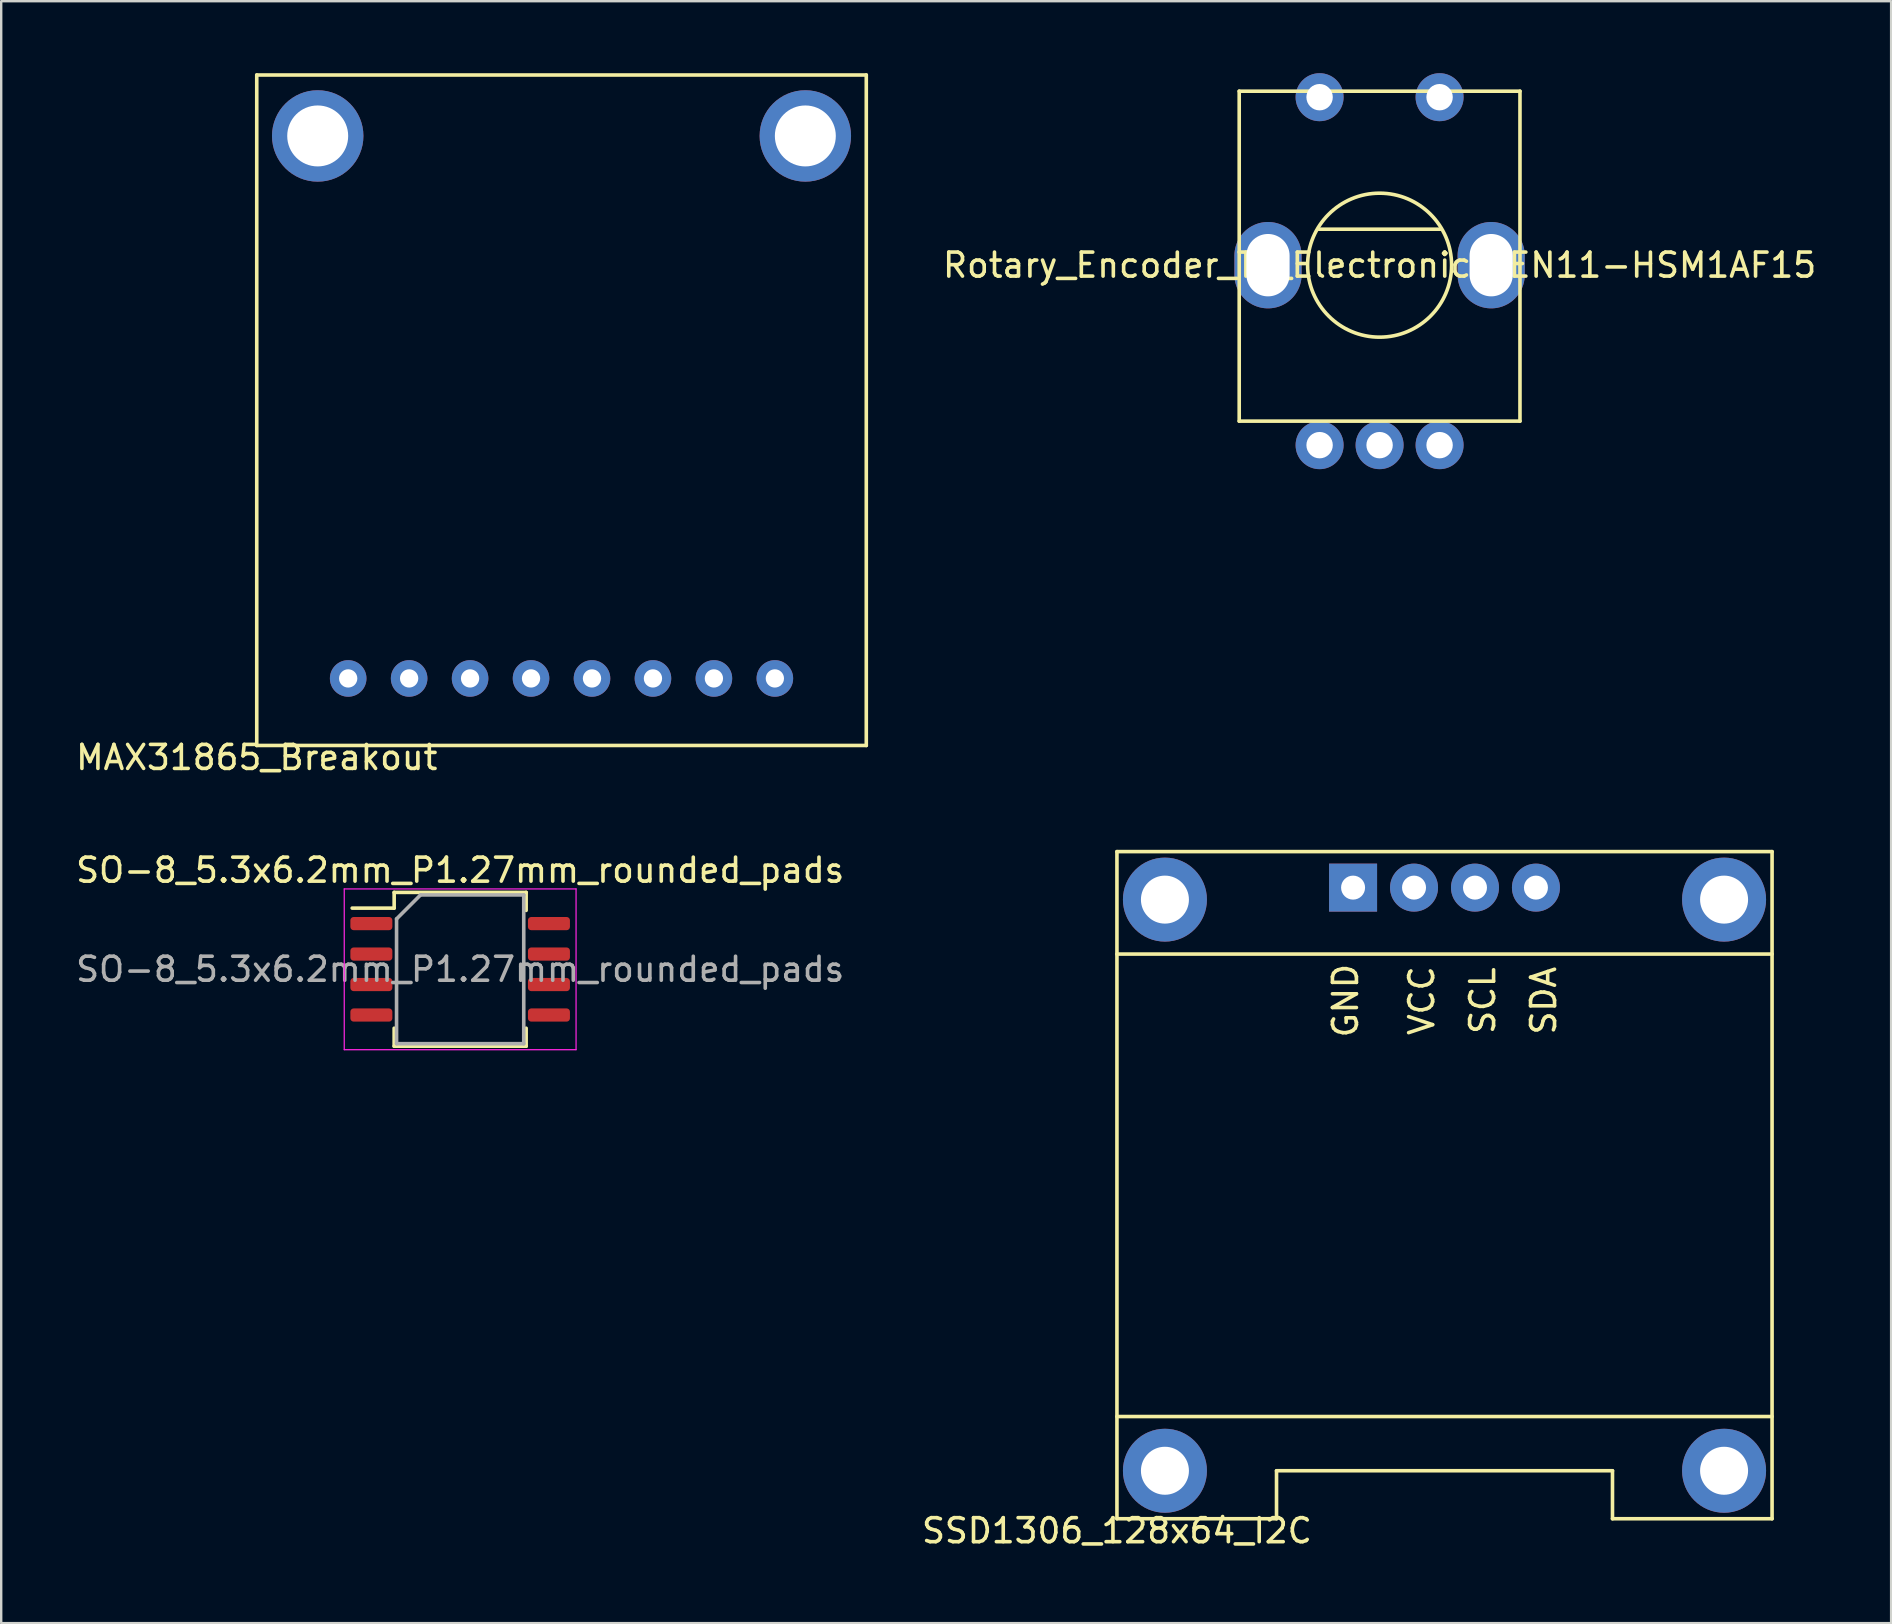
<source format=kicad_pcb>
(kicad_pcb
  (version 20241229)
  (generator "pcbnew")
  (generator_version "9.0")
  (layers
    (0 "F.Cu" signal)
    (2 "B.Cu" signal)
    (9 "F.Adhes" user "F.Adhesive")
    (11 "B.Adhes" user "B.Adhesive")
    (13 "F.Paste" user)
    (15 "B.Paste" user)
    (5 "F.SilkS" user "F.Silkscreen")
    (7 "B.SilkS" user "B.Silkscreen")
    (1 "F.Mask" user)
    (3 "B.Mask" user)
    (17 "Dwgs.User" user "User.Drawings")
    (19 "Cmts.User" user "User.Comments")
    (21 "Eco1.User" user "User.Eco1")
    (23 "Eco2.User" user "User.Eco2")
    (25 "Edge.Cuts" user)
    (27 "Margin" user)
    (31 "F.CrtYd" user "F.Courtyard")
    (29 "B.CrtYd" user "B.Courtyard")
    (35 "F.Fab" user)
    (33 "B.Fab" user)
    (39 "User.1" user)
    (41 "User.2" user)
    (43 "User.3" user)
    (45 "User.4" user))
  (footprint "SO-8_5.3x6.2mm_P1.27mm_rounded_pads"
    (layer "F.Cu")
    (at 16.125 37.342)
    (property "Reference" "SO-8_5.3x6.2mm_P1.27mm_rounded_pads" (at 0 -4.13 0) (layer "F.SilkS") (effects (font (size 1 1) (thickness 0.15))))
    (attr smd)
    (fp_line (start -2.75 -3.205) (end -2.75 -2.55) (stroke (width 0.15) (type solid)) (layer "F.SilkS"))
    (fp_line (start -2.75 -3.205) (end 2.75 -3.205) (stroke (width 0.15) (type solid)) (layer "F.SilkS"))
    (fp_line (start -2.75 -2.55) (end -4.5 -2.55) (stroke (width 0.15) (type solid)) (layer "F.SilkS"))
    (fp_line (start -2.75 3.205) (end -2.75 2.455) (stroke (width 0.15) (type solid)) (layer "F.SilkS"))
    (fp_line (start -2.75 3.205) (end 2.75 3.205) (stroke (width 0.15) (type solid)) (layer "F.SilkS"))
    (fp_line (start 2.75 -3.205) (end 2.75 -2.455) (stroke (width 0.15) (type solid)) (layer "F.SilkS"))
    (fp_line (start 2.75 3.205) (end 2.75 2.455) (stroke (width 0.15) (type solid)) (layer "F.SilkS"))
    (fp_line (start -4.83 -3.35) (end -4.83 3.35) (stroke (width 0.05) (type solid)) (layer "F.CrtYd"))
    (fp_line (start -4.83 -3.35) (end 4.83 -3.35) (stroke (width 0.05) (type solid)) (layer "F.CrtYd"))
    (fp_line (start -4.83 3.35) (end 4.83 3.35) (stroke (width 0.05) (type solid)) (layer "F.CrtYd"))
    (fp_line (start 4.83 -3.35) (end 4.83 3.35) (stroke (width 0.05) (type solid)) (layer "F.CrtYd"))
    (fp_line (start -2.65 -2.1) (end -1.65 -3.1) (stroke (width 0.15) (type solid)) (layer "F.Fab"))
    (fp_line (start -2.65 3.1) (end -2.65 -2.1) (stroke (width 0.15) (type solid)) (layer "F.Fab"))
    (fp_line (start -1.65 -3.1) (end 2.65 -3.1) (stroke (width 0.15) (type solid)) (layer "F.Fab"))
    (fp_line (start 2.65 -3.1) (end 2.65 3.1) (stroke (width 0.15) (type solid)) (layer "F.Fab"))
    (fp_line (start 2.65 3.1) (end -2.65 3.1) (stroke (width 0.15) (type solid)) (layer "F.Fab"))
    (fp_text user "${REFERENCE}" (at 0 0 0) (layer "F.Fab") (effects (font (size 1 1) (thickness 0.15))))
    (pad "1" smd roundrect (at -3.7 -1.905) (size 1.75 0.55) (layers "F.Cu" "F.Mask" "F.Paste") (roundrect_rratio 0.25))
    (pad "2" smd roundrect (at -3.7 -0.635) (size 1.75 0.55) (layers "F.Cu" "F.Mask" "F.Paste") (roundrect_rratio 0.25))
    (pad "3" smd roundrect (at -3.7 0.635) (size 1.75 0.55) (layers "F.Cu" "F.Mask" "F.Paste") (roundrect_rratio 0.25))
    (pad "4" smd roundrect (at -3.7 1.905) (size 1.75 0.55) (layers "F.Cu" "F.Mask" "F.Paste") (roundrect_rratio 0.25))
    (pad "5" smd roundrect (at 3.7 1.905) (size 1.75 0.55) (layers "F.Cu" "F.Mask" "F.Paste") (roundrect_rratio 0.25))
    (pad "6" smd roundrect (at 3.7 0.635) (size 1.75 0.55) (layers "F.Cu" "F.Mask" "F.Paste") (roundrect_rratio 0.25))
    (pad "7" smd roundrect (at 3.7 -0.635) (size 1.75 0.55) (layers "F.Cu" "F.Mask" "F.Paste") (roundrect_rratio 0.25))
    (pad "8" smd roundrect (at 3.7 -1.905) (size 1.75 0.55) (layers "F.Cu" "F.Mask" "F.Paste") (roundrect_rratio 0.25)))
  (footprint "Rotary_Encoder_TT_Electronics_EN11-HSM1AF15"
    (layer "F.Cu")
    (at 54.439 8)
    (property "Reference" "Rotary_Encoder_TT_Electronics_EN11-HSM1AF15" (at 0 0 0) (layer "F.SilkS") (effects (font (size 1 1) (thickness 0.15))))
    (attr through_hole)
    (fp_line (start -5.85 -7.25) (end -5.85 6.5) (stroke (width 0.15) (type solid)) (layer "F.SilkS"))
    (fp_line (start -5.85 -7.25) (end 5.85 -7.25) (stroke (width 0.15) (type solid)) (layer "F.SilkS"))
    (fp_line (start -5.85 6.5) (end 5.85 6.5) (stroke (width 0.15) (type solid)) (layer "F.SilkS"))
    (fp_line (start -2.54 -1.5) (end 2.54 -1.5) (stroke (width 0.15) (type solid)) (layer "F.SilkS"))
    (fp_line (start 5.85 -7.25) (end 5.85 6.5) (stroke (width 0.15) (type solid)) (layer "F.SilkS"))
    (fp_circle (center 0 0) (end 3 0) (stroke (width 0.15) (type solid)) (fill no) (layer "F.SilkS"))
    (pad "" np_thru_hole oval (at -4.65 0) (size 2.8 3.6) (drill oval 1.8 2.6) (layers "*.Cu" "*.Mask"))
    (pad "" np_thru_hole oval (at 4.65 0) (size 2.8 3.6) (drill oval 1.8 2.6) (layers "*.Cu" "*.Mask"))
    (pad "A" thru_hole circle (at -2.5 7.5) (size 2 2) (drill 1.1) (layers "*.Cu" "*.Mask"))
    (pad "B" thru_hole circle (at 2.5 7.5) (size 2 2) (drill 1.1) (layers "*.Cu" "*.Mask"))
    (pad "C" thru_hole circle (at 0 7.5) (size 2 2) (drill 1.1) (layers "*.Cu" "*.Mask"))
    (pad "S1" thru_hole circle (at -2.5 -7) (size 2 2) (drill 1.1) (layers "*.Cu" "*.Mask"))
    (pad "S2" thru_hole circle (at 2.5 -7) (size 2 2) (drill 1.1) (layers "*.Cu" "*.Mask")))
  (footprint "MAX31865_Breakout"
    (layer "F.Cu")
    (at 7.649 28.015)
    (property "Reference" "MAX31865_Breakout" (at 0 0.5 0) (layer "F.SilkS") (effects (font (size 1 1) (thickness 0.15))))
    (attr through_hole)
    (fp_line (start 0 -27.94) (end 25.4 -27.94) (stroke (width 0.15) (type solid)) (layer "F.SilkS"))
    (fp_line (start 0 0) (end 0 -27.94) (stroke (width 0.15) (type solid)) (layer "F.SilkS"))
    (fp_line (start 0 0) (end 25.4 0) (stroke (width 0.15) (type solid)) (layer "F.SilkS"))
    (fp_line (start 25.4 0) (end 25.4 -27.94) (stroke (width 0.15) (type solid)) (layer "F.SilkS"))
    (pad "" np_thru_hole circle (at 2.54 -25.4) (size 3.81 3.81) (drill 2.54) (layers "*.Cu" "*.Mask"))
    (pad "" np_thru_hole circle (at 22.86 -25.4) (size 3.81 3.81) (drill 2.54) (layers "*.Cu" "*.Mask"))
    (pad "1" thru_hole circle (at 3.81 -2.794) (size 1.524 1.524) (drill 0.762) (layers "*.Cu" "*.Mask"))
    (pad "2" thru_hole circle (at 6.35 -2.794) (size 1.524 1.524) (drill 0.762) (layers "*.Cu" "*.Mask"))
    (pad "3" thru_hole circle (at 8.89 -2.794) (size 1.524 1.524) (drill 0.762) (layers "*.Cu" "*.Mask"))
    (pad "4" thru_hole circle (at 11.43 -2.794) (size 1.524 1.524) (drill 0.762) (layers "*.Cu" "*.Mask"))
    (pad "5" thru_hole circle (at 13.97 -2.794) (size 1.524 1.524) (drill 0.762) (layers "*.Cu" "*.Mask"))
    (pad "6" thru_hole circle (at 16.51 -2.794) (size 1.524 1.524) (drill 0.762) (layers "*.Cu" "*.Mask"))
    (pad "7" thru_hole circle (at 19.05 -2.794) (size 1.524 1.524) (drill 0.762) (layers "*.Cu" "*.Mask"))
    (pad "8" thru_hole circle (at 21.59 -2.794) (size 1.524 1.524) (drill 0.762) (layers "*.Cu" "*.Mask")))
  (footprint "SSD1306_128x64_I2C"
    (layer "F.Cu")
    (at 43.494 60.238)
    (property "Reference" "SSD1306_128x64_I2C" (at 0 0.5 0) (layer "F.SilkS") (effects (font (size 1 1) (thickness 0.15))))
    (attr through_hole)
    (fp_line (start 0 -27.8) (end 27.3 -27.8) (stroke (width 0.15) (type solid)) (layer "F.SilkS"))
    (fp_line (start 0 -23.53) (end 27.3 -23.53) (stroke (width 0.15) (type solid)) (layer "F.SilkS"))
    (fp_line (start 0 -4.26) (end 27.3 -4.26) (stroke (width 0.15) (type solid)) (layer "F.SilkS"))
    (fp_line (start 0 0) (end 0 -27.8) (stroke (width 0.15) (type solid)) (layer "F.SilkS"))
    (fp_line (start 0 0) (end 6.65 0) (stroke (width 0.15) (type solid)) (layer "F.SilkS"))
    (fp_line (start 6.65 -2) (end 20.65 -2) (stroke (width 0.15) (type solid)) (layer "F.SilkS"))
    (fp_line (start 6.65 0) (end 6.65 -2) (stroke (width 0.15) (type solid)) (layer "F.SilkS"))
    (fp_line (start 20.65 0) (end 20.65 -2) (stroke (width 0.15) (type solid)) (layer "F.SilkS"))
    (fp_line (start 20.65 0) (end 27.3 0) (stroke (width 0.15) (type solid)) (layer "F.SilkS"))
    (fp_line (start 27.3 0) (end 27.3 -27.8) (stroke (width 0.15) (type solid)) (layer "F.SilkS"))
    (fp_text user "SDA" (at 17.78 -21.59 90) (layer "F.SilkS") (effects (font (size 1 1) (thickness 0.15))))
    (fp_text user "GND" (at 9.525 -21.59 90) (layer "F.SilkS") (effects (font (size 1 1) (thickness 0.15))))
    (fp_text user "SCL" (at 15.24 -21.59 90) (layer "F.SilkS") (effects (font (size 1 1) (thickness 0.15))))
    (fp_text user "VCC" (at 12.7 -21.59 90) (layer "F.SilkS") (effects (font (size 1 1) (thickness 0.15))))
    (pad "" np_thru_hole circle (at 2 -25.8) (size 3.5 3.5) (drill 2) (layers "*.Cu" "*.Mask"))
    (pad "" np_thru_hole circle (at 2 -2) (size 3.5 3.5) (drill 2) (layers "*.Cu" "*.Mask"))
    (pad "" np_thru_hole circle (at 25.3 -25.8) (size 3.5 3.5) (drill 2) (layers "*.Cu" "*.Mask"))
    (pad "" np_thru_hole circle (at 25.3 -2) (size 3.5 3.5) (drill 2) (layers "*.Cu" "*.Mask"))
    (pad "1" thru_hole rect (at 9.84 -26.3) (size 2 2) (drill 1) (layers "*.Cu" "*.Mask"))
    (pad "2" thru_hole circle (at 12.38 -26.3) (size 2 2) (drill 1) (layers "*.Cu" "*.Mask"))
    (pad "3" thru_hole circle (at 14.92 -26.3) (size 2 2) (drill 1) (layers "*.Cu" "*.Mask"))
    (pad "4" thru_hole circle (at 17.46 -26.3) (size 2 2) (drill 1) (layers "*.Cu" "*.Mask")))
  (gr_rect
    (start -3 -3)
    (end 75.755 64.587)
    (stroke (width 0.1) (type default))
    (fill no)
    (layer "Edge.Cuts")))
</source>
